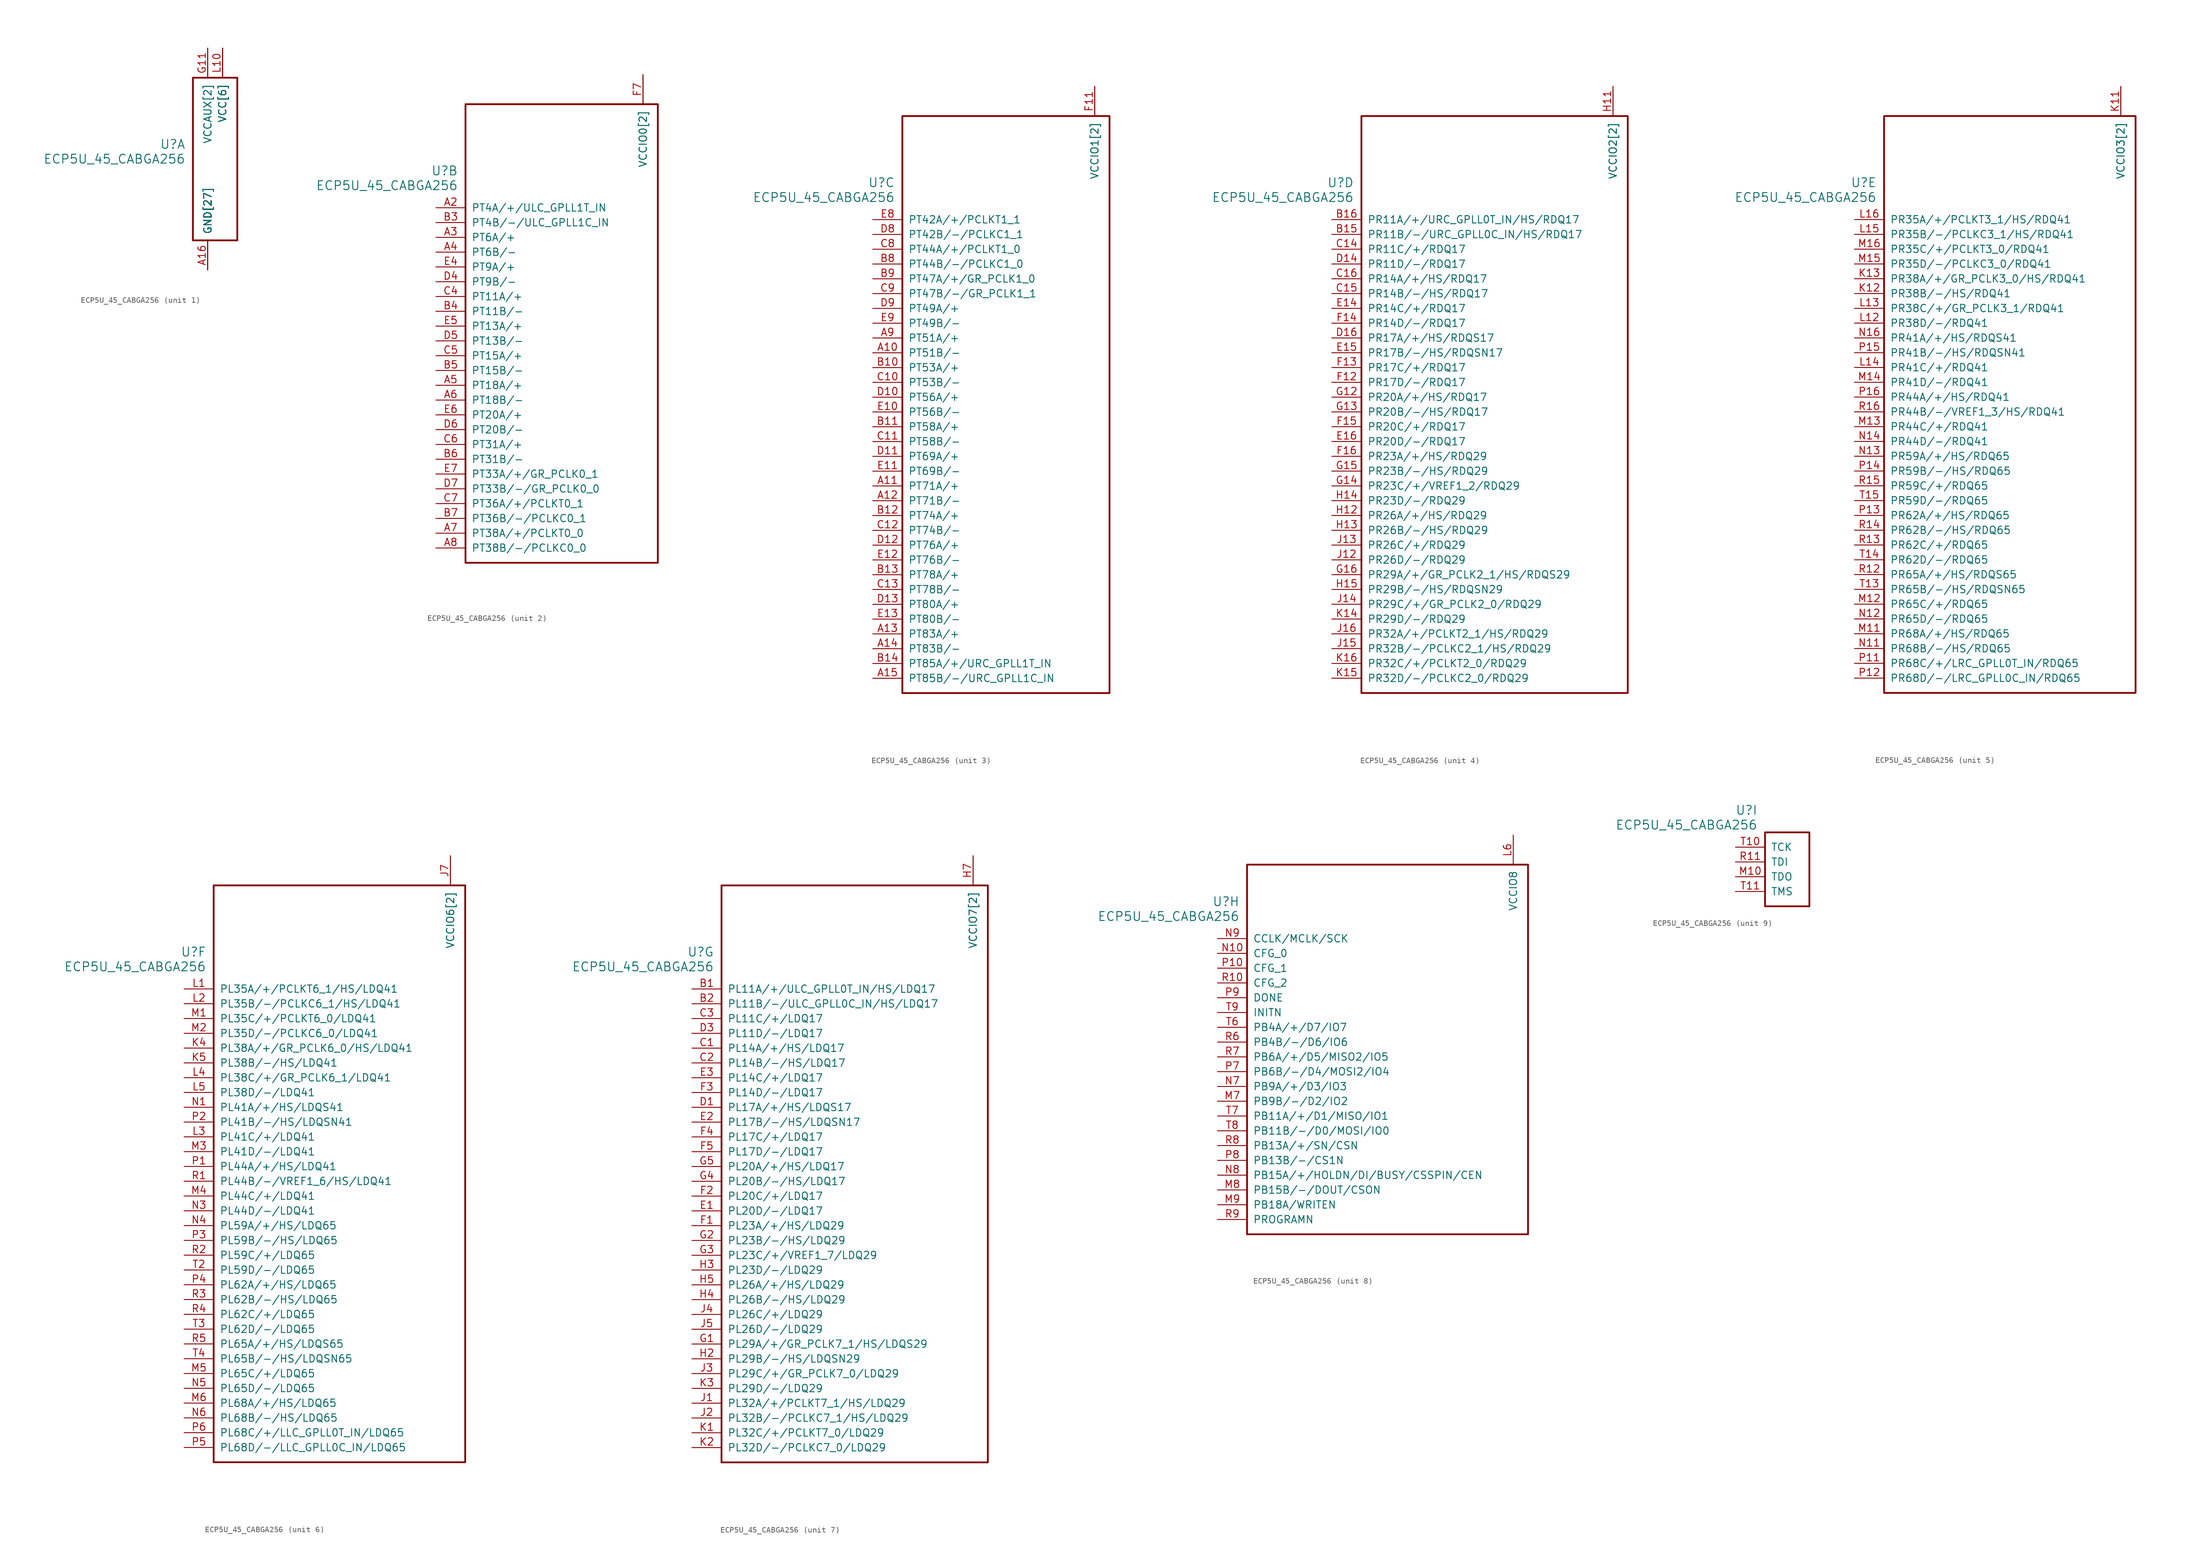
<source format=kicad_sym>
(kicad_symbol_lib
  (version 20211014)
  (generator kicad_symbol_editor)
  (symbol "ECP5U_45_CABGA256"
    (pin_names
      (offset 1.016))
    (property "Reference" "U"
      (at 3.81 6.35 0)
      (effects (font (size 1.524 1.524)) (justify right)))
    (property "Value" "ECP5U_45_CABGA256"
      (at 3.81 3.81 0)
      (effects (font (size 1.524 1.524)) (justify right)))
    (property "ki_locked" ""
      (at 0 0 0)
      (effects (font (size 1.27 1.27))))
    (symbol "ECP5U_45_CABGA256_1_1"
      (rectangle (start 5.08 17.78) (end 12.7 -10.16) (stroke (width 0.305) (type default) (color 0 0 0 0)) (fill (type none)))
      (pin power_in line (at 7.62 -15.24 90) (length 5.08) (name "GND[27]" (effects (font (size 1.27 1.27)))) (number "A1" (effects (font (size 0 0)))))
      (pin power_in line (at 7.62 -15.24 90) (length 5.08) (name "GND[27]" (effects (font (size 1.27 1.27)))) (number "A16" (effects (font (size 1.27 1.27)))))
      (pin power_in line (at 7.62 -15.24 90) (length 5.08) (name "GND[27]" (effects (font (size 1.27 1.27)))) (number "D15" (effects (font (size 0 0)))))
      (pin power_in line (at 7.62 -15.24 90) (length 5.08) (name "GND[27]" (effects (font (size 1.27 1.27)))) (number "D2" (effects (font (size 0 0)))))
      (pin power_in line (at 7.62 -15.24 90) (length 5.08) (name "GND[27]" (effects (font (size 1.27 1.27)))) (number "F8" (effects (font (size 0 0)))))
      (pin power_in line (at 7.62 -15.24 90) (length 5.08) (name "GND[27]" (effects (font (size 1.27 1.27)))) (number "F9" (effects (font (size 0 0)))))
      (pin power_in line (at 7.62 -15.24 90) (length 5.08) (name "GND[27]" (effects (font (size 1.27 1.27)))) (number "G10" (effects (font (size 0 0)))))
      (pin power_in line (at 7.62 22.86 270) (length 5.08) (name "VCCAUX[2]" (effects (font (size 1.27 1.27)))) (number "G11" (effects (font (size 1.27 1.27)))))
      (pin power_in line (at 10.16 22.86 270) (length 5.08) (name "VCC[6]" (effects (font (size 1.27 1.27)))) (number "G6" (effects (font (size 0 0)))))
      (pin power_in line (at 10.16 22.86 270) (length 5.08) (name "VCC[6]" (effects (font (size 1.27 1.27)))) (number "G7" (effects (font (size 0 0)))))
      (pin power_in line (at 7.62 -15.24 90) (length 5.08) (name "GND[27]" (effects (font (size 1.27 1.27)))) (number "G8" (effects (font (size 0 0)))))
      (pin power_in line (at 10.16 22.86 270) (length 5.08) (name "VCC[6]" (effects (font (size 1.27 1.27)))) (number "G9" (effects (font (size 0 0)))))
      (pin power_in line (at 7.62 -15.24 90) (length 5.08) (name "GND[27]" (effects (font (size 1.27 1.27)))) (number "H1" (effects (font (size 0 0)))))
      (pin power_in line (at 7.62 -15.24 90) (length 5.08) (name "GND[27]" (effects (font (size 1.27 1.27)))) (number "H10" (effects (font (size 0 0)))))
      (pin power_in line (at 7.62 -15.24 90) (length 5.08) (name "GND[27]" (effects (font (size 1.27 1.27)))) (number "H16" (effects (font (size 0 0)))))
      (pin power_in line (at 7.62 -15.24 90) (length 5.08) (name "GND[27]" (effects (font (size 1.27 1.27)))) (number "H8" (effects (font (size 0 0)))))
      (pin power_in line (at 7.62 -15.24 90) (length 5.08) (name "GND[27]" (effects (font (size 1.27 1.27)))) (number "H9" (effects (font (size 0 0)))))
      (pin power_in line (at 7.62 -15.24 90) (length 5.08) (name "GND[27]" (effects (font (size 1.27 1.27)))) (number "J10" (effects (font (size 0 0)))))
      (pin power_in line (at 7.62 -15.24 90) (length 5.08) (name "GND[27]" (effects (font (size 1.27 1.27)))) (number "J8" (effects (font (size 0 0)))))
      (pin power_in line (at 7.62 -15.24 90) (length 5.08) (name "GND[27]" (effects (font (size 1.27 1.27)))) (number "J9" (effects (font (size 0 0)))))
      (pin power_in line (at 7.62 -15.24 90) (length 5.08) (name "GND[27]" (effects (font (size 1.27 1.27)))) (number "K10" (effects (font (size 0 0)))))
      (pin power_in line (at 7.62 -15.24 90) (length 5.08) (name "GND[27]" (effects (font (size 1.27 1.27)))) (number "K6" (effects (font (size 0 0)))))
      (pin power_in line (at 7.62 -15.24 90) (length 5.08) (name "GND[27]" (effects (font (size 1.27 1.27)))) (number "K7" (effects (font (size 0 0)))))
      (pin power_in line (at 7.62 -15.24 90) (length 5.08) (name "GND[27]" (effects (font (size 1.27 1.27)))) (number "K8" (effects (font (size 0 0)))))
      (pin power_in line (at 7.62 -15.24 90) (length 5.08) (name "GND[27]" (effects (font (size 1.27 1.27)))) (number "K9" (effects (font (size 0 0)))))
      (pin power_in line (at 10.16 22.86 270) (length 5.08) (name "VCC[6]" (effects (font (size 1.27 1.27)))) (number "L10" (effects (font (size 1.27 1.27)))))
      (pin power_in line (at 7.62 22.86 270) (length 5.08) (name "VCCAUX[2]" (effects (font (size 1.27 1.27)))) (number "L7" (effects (font (size 0 0)))))
      (pin power_in line (at 10.16 22.86 270) (length 5.08) (name "VCC[6]" (effects (font (size 1.27 1.27)))) (number "L8" (effects (font (size 0 0)))))
      (pin power_in line (at 10.16 22.86 270) (length 5.08) (name "VCC[6]" (effects (font (size 1.27 1.27)))) (number "L9" (effects (font (size 0 0)))))
      (pin power_in line (at 7.62 -15.24 90) (length 5.08) (name "GND[27]" (effects (font (size 1.27 1.27)))) (number "N15" (effects (font (size 0 0)))))
      (pin power_in line (at 7.62 -15.24 90) (length 5.08) (name "GND[27]" (effects (font (size 1.27 1.27)))) (number "N2" (effects (font (size 0 0)))))
      (pin power_in line (at 7.62 -15.24 90) (length 5.08) (name "GND[27]" (effects (font (size 1.27 1.27)))) (number "T1" (effects (font (size 0 0)))))
      (pin power_in line (at 7.62 -15.24 90) (length 5.08) (name "GND[27]" (effects (font (size 1.27 1.27)))) (number "T12" (effects (font (size 0 0)))))
      (pin power_in line (at 7.62 -15.24 90) (length 5.08) (name "GND[27]" (effects (font (size 1.27 1.27)))) (number "T16" (effects (font (size 0 0)))))
      (pin power_in line (at 7.62 -15.24 90) (length 5.08) (name "GND[27]" (effects (font (size 1.27 1.27)))) (number "T5" (effects (font (size 0 0))))))
    (symbol "ECP5U_45_CABGA256_2_1"
      (rectangle (start 5.08 17.78) (end 38.1 -60.96) (stroke (width 0.305) (type default) (color 0 0 0 0)) (fill (type none)))
      (pin bidirectional line (at 0 0 0) (length 5.08) (name "PT4A/+/ULC_GPLL1T_IN" (effects (font (size 1.27 1.27)))) (number "A2" (effects (font (size 1.27 1.27)))))
      (pin bidirectional line (at 0 -5.08 0) (length 5.08) (name "PT6A/+" (effects (font (size 1.27 1.27)))) (number "A3" (effects (font (size 1.27 1.27)))))
      (pin bidirectional line (at 0 -7.62 0) (length 5.08) (name "PT6B/-" (effects (font (size 1.27 1.27)))) (number "A4" (effects (font (size 1.27 1.27)))))
      (pin bidirectional line (at 0 -30.48 0) (length 5.08) (name "PT18A/+" (effects (font (size 1.27 1.27)))) (number "A5" (effects (font (size 1.27 1.27)))))
      (pin bidirectional line (at 0 -33.02 0) (length 5.08) (name "PT18B/-" (effects (font (size 1.27 1.27)))) (number "A6" (effects (font (size 1.27 1.27)))))
      (pin bidirectional line (at 0 -55.88 0) (length 5.08) (name "PT38A/+/PCLKT0_0" (effects (font (size 1.27 1.27)))) (number "A7" (effects (font (size 1.27 1.27)))))
      (pin bidirectional line (at 0 -58.42 0) (length 5.08) (name "PT38B/-/PCLKC0_0" (effects (font (size 1.27 1.27)))) (number "A8" (effects (font (size 1.27 1.27)))))
      (pin bidirectional line (at 0 -2.54 0) (length 5.08) (name "PT4B/-/ULC_GPLL1C_IN" (effects (font (size 1.27 1.27)))) (number "B3" (effects (font (size 1.27 1.27)))))
      (pin bidirectional line (at 0 -17.78 0) (length 5.08) (name "PT11B/-" (effects (font (size 1.27 1.27)))) (number "B4" (effects (font (size 1.27 1.27)))))
      (pin bidirectional line (at 0 -27.94 0) (length 5.08) (name "PT15B/-" (effects (font (size 1.27 1.27)))) (number "B5" (effects (font (size 1.27 1.27)))))
      (pin bidirectional line (at 0 -43.18 0) (length 5.08) (name "PT31B/-" (effects (font (size 1.27 1.27)))) (number "B6" (effects (font (size 1.27 1.27)))))
      (pin bidirectional line (at 0 -53.34 0) (length 5.08) (name "PT36B/-/PCLKC0_1" (effects (font (size 1.27 1.27)))) (number "B7" (effects (font (size 1.27 1.27)))))
      (pin bidirectional line (at 0 -15.24 0) (length 5.08) (name "PT11A/+" (effects (font (size 1.27 1.27)))) (number "C4" (effects (font (size 1.27 1.27)))))
      (pin bidirectional line (at 0 -25.4 0) (length 5.08) (name "PT15A/+" (effects (font (size 1.27 1.27)))) (number "C5" (effects (font (size 1.27 1.27)))))
      (pin bidirectional line (at 0 -40.64 0) (length 5.08) (name "PT31A/+" (effects (font (size 1.27 1.27)))) (number "C6" (effects (font (size 1.27 1.27)))))
      (pin bidirectional line (at 0 -50.8 0) (length 5.08) (name "PT36A/+/PCLKT0_1" (effects (font (size 1.27 1.27)))) (number "C7" (effects (font (size 1.27 1.27)))))
      (pin bidirectional line (at 0 -12.7 0) (length 5.08) (name "PT9B/-" (effects (font (size 1.27 1.27)))) (number "D4" (effects (font (size 1.27 1.27)))))
      (pin bidirectional line (at 0 -22.86 0) (length 5.08) (name "PT13B/-" (effects (font (size 1.27 1.27)))) (number "D5" (effects (font (size 1.27 1.27)))))
      (pin bidirectional line (at 0 -38.1 0) (length 5.08) (name "PT20B/-" (effects (font (size 1.27 1.27)))) (number "D6" (effects (font (size 1.27 1.27)))))
      (pin bidirectional line (at 0 -48.26 0) (length 5.08) (name "PT33B/-/GR_PCLK0_0" (effects (font (size 1.27 1.27)))) (number "D7" (effects (font (size 1.27 1.27)))))
      (pin bidirectional line (at 0 -10.16 0) (length 5.08) (name "PT9A/+" (effects (font (size 1.27 1.27)))) (number "E4" (effects (font (size 1.27 1.27)))))
      (pin bidirectional line (at 0 -20.32 0) (length 5.08) (name "PT13A/+" (effects (font (size 1.27 1.27)))) (number "E5" (effects (font (size 1.27 1.27)))))
      (pin bidirectional line (at 0 -35.56 0) (length 5.08) (name "PT20A/+" (effects (font (size 1.27 1.27)))) (number "E6" (effects (font (size 1.27 1.27)))))
      (pin bidirectional line (at 0 -45.72 0) (length 5.08) (name "PT33A/+/GR_PCLK0_1" (effects (font (size 1.27 1.27)))) (number "E7" (effects (font (size 1.27 1.27)))))
      (pin power_in line (at 35.56 22.86 270) (length 5.08) (name "VCCIO0[2]" (effects (font (size 1.27 1.27)))) (number "F6" (effects (font (size 0 0)))))
      (pin power_in line (at 35.56 22.86 270) (length 5.08) (name "VCCIO0[2]" (effects (font (size 1.27 1.27)))) (number "F7" (effects (font (size 1.27 1.27))))))
    (symbol "ECP5U_45_CABGA256_3_1"
      (rectangle (start 5.08 17.78) (end 40.64 -81.28) (stroke (width 0.305) (type default) (color 0 0 0 0)) (fill (type none)))
      (pin bidirectional line (at 0 -22.86 0) (length 5.08) (name "PT51B/-" (effects (font (size 1.27 1.27)))) (number "A10" (effects (font (size 1.27 1.27)))))
      (pin bidirectional line (at 0 -45.72 0) (length 5.08) (name "PT71A/+" (effects (font (size 1.27 1.27)))) (number "A11" (effects (font (size 1.27 1.27)))))
      (pin bidirectional line (at 0 -48.26 0) (length 5.08) (name "PT71B/-" (effects (font (size 1.27 1.27)))) (number "A12" (effects (font (size 1.27 1.27)))))
      (pin bidirectional line (at 0 -71.12 0) (length 5.08) (name "PT83A/+" (effects (font (size 1.27 1.27)))) (number "A13" (effects (font (size 1.27 1.27)))))
      (pin bidirectional line (at 0 -73.66 0) (length 5.08) (name "PT83B/-" (effects (font (size 1.27 1.27)))) (number "A14" (effects (font (size 1.27 1.27)))))
      (pin bidirectional line (at 0 -78.74 0) (length 5.08) (name "PT85B/-/URC_GPLL1C_IN" (effects (font (size 1.27 1.27)))) (number "A15" (effects (font (size 1.27 1.27)))))
      (pin bidirectional line (at 0 -20.32 0) (length 5.08) (name "PT51A/+" (effects (font (size 1.27 1.27)))) (number "A9" (effects (font (size 1.27 1.27)))))
      (pin bidirectional line (at 0 -25.4 0) (length 5.08) (name "PT53A/+" (effects (font (size 1.27 1.27)))) (number "B10" (effects (font (size 1.27 1.27)))))
      (pin bidirectional line (at 0 -35.56 0) (length 5.08) (name "PT58A/+" (effects (font (size 1.27 1.27)))) (number "B11" (effects (font (size 1.27 1.27)))))
      (pin bidirectional line (at 0 -50.8 0) (length 5.08) (name "PT74A/+" (effects (font (size 1.27 1.27)))) (number "B12" (effects (font (size 1.27 1.27)))))
      (pin bidirectional line (at 0 -60.96 0) (length 5.08) (name "PT78A/+" (effects (font (size 1.27 1.27)))) (number "B13" (effects (font (size 1.27 1.27)))))
      (pin bidirectional line (at 0 -76.2 0) (length 5.08) (name "PT85A/+/URC_GPLL1T_IN" (effects (font (size 1.27 1.27)))) (number "B14" (effects (font (size 1.27 1.27)))))
      (pin bidirectional line (at 0 -7.62 0) (length 5.08) (name "PT44B/-/PCLKC1_0" (effects (font (size 1.27 1.27)))) (number "B8" (effects (font (size 1.27 1.27)))))
      (pin bidirectional line (at 0 -10.16 0) (length 5.08) (name "PT47A/+/GR_PCLK1_0" (effects (font (size 1.27 1.27)))) (number "B9" (effects (font (size 1.27 1.27)))))
      (pin bidirectional line (at 0 -27.94 0) (length 5.08) (name "PT53B/-" (effects (font (size 1.27 1.27)))) (number "C10" (effects (font (size 1.27 1.27)))))
      (pin bidirectional line (at 0 -38.1 0) (length 5.08) (name "PT58B/-" (effects (font (size 1.27 1.27)))) (number "C11" (effects (font (size 1.27 1.27)))))
      (pin bidirectional line (at 0 -53.34 0) (length 5.08) (name "PT74B/-" (effects (font (size 1.27 1.27)))) (number "C12" (effects (font (size 1.27 1.27)))))
      (pin bidirectional line (at 0 -63.5 0) (length 5.08) (name "PT78B/-" (effects (font (size 1.27 1.27)))) (number "C13" (effects (font (size 1.27 1.27)))))
      (pin bidirectional line (at 0 -5.08 0) (length 5.08) (name "PT44A/+/PCLKT1_0" (effects (font (size 1.27 1.27)))) (number "C8" (effects (font (size 1.27 1.27)))))
      (pin bidirectional line (at 0 -12.7 0) (length 5.08) (name "PT47B/-/GR_PCLK1_1" (effects (font (size 1.27 1.27)))) (number "C9" (effects (font (size 1.27 1.27)))))
      (pin bidirectional line (at 0 -30.48 0) (length 5.08) (name "PT56A/+" (effects (font (size 1.27 1.27)))) (number "D10" (effects (font (size 1.27 1.27)))))
      (pin bidirectional line (at 0 -40.64 0) (length 5.08) (name "PT69A/+" (effects (font (size 1.27 1.27)))) (number "D11" (effects (font (size 1.27 1.27)))))
      (pin bidirectional line (at 0 -55.88 0) (length 5.08) (name "PT76A/+" (effects (font (size 1.27 1.27)))) (number "D12" (effects (font (size 1.27 1.27)))))
      (pin bidirectional line (at 0 -66.04 0) (length 5.08) (name "PT80A/+" (effects (font (size 1.27 1.27)))) (number "D13" (effects (font (size 1.27 1.27)))))
      (pin bidirectional line (at 0 -2.54 0) (length 5.08) (name "PT42B/-/PCLKC1_1" (effects (font (size 1.27 1.27)))) (number "D8" (effects (font (size 1.27 1.27)))))
      (pin bidirectional line (at 0 -15.24 0) (length 5.08) (name "PT49A/+" (effects (font (size 1.27 1.27)))) (number "D9" (effects (font (size 1.27 1.27)))))
      (pin bidirectional line (at 0 -33.02 0) (length 5.08) (name "PT56B/-" (effects (font (size 1.27 1.27)))) (number "E10" (effects (font (size 1.27 1.27)))))
      (pin bidirectional line (at 0 -43.18 0) (length 5.08) (name "PT69B/-" (effects (font (size 1.27 1.27)))) (number "E11" (effects (font (size 1.27 1.27)))))
      (pin bidirectional line (at 0 -58.42 0) (length 5.08) (name "PT76B/-" (effects (font (size 1.27 1.27)))) (number "E12" (effects (font (size 1.27 1.27)))))
      (pin bidirectional line (at 0 -68.58 0) (length 5.08) (name "PT80B/-" (effects (font (size 1.27 1.27)))) (number "E13" (effects (font (size 1.27 1.27)))))
      (pin bidirectional line (at 0 0 0) (length 5.08) (name "PT42A/+/PCLKT1_1" (effects (font (size 1.27 1.27)))) (number "E8" (effects (font (size 1.27 1.27)))))
      (pin bidirectional line (at 0 -17.78 0) (length 5.08) (name "PT49B/-" (effects (font (size 1.27 1.27)))) (number "E9" (effects (font (size 1.27 1.27)))))
      (pin power_in line (at 38.1 22.86 270) (length 5.08) (name "VCCIO1[2]" (effects (font (size 1.27 1.27)))) (number "F10" (effects (font (size 0 0)))))
      (pin power_in line (at 38.1 22.86 270) (length 5.08) (name "VCCIO1[2]" (effects (font (size 1.27 1.27)))) (number "F11" (effects (font (size 1.27 1.27))))))
    (symbol "ECP5U_45_CABGA256_4_1"
      (rectangle (start 5.08 17.78) (end 50.8 -81.28) (stroke (width 0.305) (type default) (color 0 0 0 0)) (fill (type none)))
      (pin bidirectional line (at 0 -2.54 0) (length 5.08) (name "PR11B/-/URC_GPLL0C_IN/HS/RDQ17" (effects (font (size 1.27 1.27)))) (number "B15" (effects (font (size 1.27 1.27)))))
      (pin bidirectional line (at 0 0 0) (length 5.08) (name "PR11A/+/URC_GPLL0T_IN/HS/RDQ17" (effects (font (size 1.27 1.27)))) (number "B16" (effects (font (size 1.27 1.27)))))
      (pin bidirectional line (at 0 -5.08 0) (length 5.08) (name "PR11C/+/RDQ17" (effects (font (size 1.27 1.27)))) (number "C14" (effects (font (size 1.27 1.27)))))
      (pin bidirectional line (at 0 -12.7 0) (length 5.08) (name "PR14B/-/HS/RDQ17" (effects (font (size 1.27 1.27)))) (number "C15" (effects (font (size 1.27 1.27)))))
      (pin bidirectional line (at 0 -10.16 0) (length 5.08) (name "PR14A/+/HS/RDQ17" (effects (font (size 1.27 1.27)))) (number "C16" (effects (font (size 1.27 1.27)))))
      (pin bidirectional line (at 0 -7.62 0) (length 5.08) (name "PR11D/-/RDQ17" (effects (font (size 1.27 1.27)))) (number "D14" (effects (font (size 1.27 1.27)))))
      (pin bidirectional line (at 0 -20.32 0) (length 5.08) (name "PR17A/+/HS/RDQS17" (effects (font (size 1.27 1.27)))) (number "D16" (effects (font (size 1.27 1.27)))))
      (pin bidirectional line (at 0 -15.24 0) (length 5.08) (name "PR14C/+/RDQ17" (effects (font (size 1.27 1.27)))) (number "E14" (effects (font (size 1.27 1.27)))))
      (pin bidirectional line (at 0 -22.86 0) (length 5.08) (name "PR17B/-/HS/RDQSN17" (effects (font (size 1.27 1.27)))) (number "E15" (effects (font (size 1.27 1.27)))))
      (pin bidirectional line (at 0 -38.1 0) (length 5.08) (name "PR20D/-/RDQ17" (effects (font (size 1.27 1.27)))) (number "E16" (effects (font (size 1.27 1.27)))))
      (pin bidirectional line (at 0 -27.94 0) (length 5.08) (name "PR17D/-/RDQ17" (effects (font (size 1.27 1.27)))) (number "F12" (effects (font (size 1.27 1.27)))))
      (pin bidirectional line (at 0 -25.4 0) (length 5.08) (name "PR17C/+/RDQ17" (effects (font (size 1.27 1.27)))) (number "F13" (effects (font (size 1.27 1.27)))))
      (pin bidirectional line (at 0 -17.78 0) (length 5.08) (name "PR14D/-/RDQ17" (effects (font (size 1.27 1.27)))) (number "F14" (effects (font (size 1.27 1.27)))))
      (pin bidirectional line (at 0 -35.56 0) (length 5.08) (name "PR20C/+/RDQ17" (effects (font (size 1.27 1.27)))) (number "F15" (effects (font (size 1.27 1.27)))))
      (pin bidirectional line (at 0 -40.64 0) (length 5.08) (name "PR23A/+/HS/RDQ29" (effects (font (size 1.27 1.27)))) (number "F16" (effects (font (size 1.27 1.27)))))
      (pin bidirectional line (at 0 -30.48 0) (length 5.08) (name "PR20A/+/HS/RDQ17" (effects (font (size 1.27 1.27)))) (number "G12" (effects (font (size 1.27 1.27)))))
      (pin bidirectional line (at 0 -33.02 0) (length 5.08) (name "PR20B/-/HS/RDQ17" (effects (font (size 1.27 1.27)))) (number "G13" (effects (font (size 1.27 1.27)))))
      (pin bidirectional line (at 0 -45.72 0) (length 5.08) (name "PR23C/+/VREF1_2/RDQ29" (effects (font (size 1.27 1.27)))) (number "G14" (effects (font (size 1.27 1.27)))))
      (pin bidirectional line (at 0 -43.18 0) (length 5.08) (name "PR23B/-/HS/RDQ29" (effects (font (size 1.27 1.27)))) (number "G15" (effects (font (size 1.27 1.27)))))
      (pin bidirectional line (at 0 -60.96 0) (length 5.08) (name "PR29A/+/GR_PCLK2_1/HS/RDQS29" (effects (font (size 1.27 1.27)))) (number "G16" (effects (font (size 1.27 1.27)))))
      (pin power_in line (at 48.26 22.86 270) (length 5.08) (name "VCCIO2[2]" (effects (font (size 1.27 1.27)))) (number "H11" (effects (font (size 1.27 1.27)))))
      (pin bidirectional line (at 0 -50.8 0) (length 5.08) (name "PR26A/+/HS/RDQ29" (effects (font (size 1.27 1.27)))) (number "H12" (effects (font (size 1.27 1.27)))))
      (pin bidirectional line (at 0 -53.34 0) (length 5.08) (name "PR26B/-/HS/RDQ29" (effects (font (size 1.27 1.27)))) (number "H13" (effects (font (size 1.27 1.27)))))
      (pin bidirectional line (at 0 -48.26 0) (length 5.08) (name "PR23D/-/RDQ29" (effects (font (size 1.27 1.27)))) (number "H14" (effects (font (size 1.27 1.27)))))
      (pin bidirectional line (at 0 -63.5 0) (length 5.08) (name "PR29B/-/HS/RDQSN29" (effects (font (size 1.27 1.27)))) (number "H15" (effects (font (size 1.27 1.27)))))
      (pin power_in line (at 48.26 22.86 270) (length 5.08) (name "VCCIO2[2]" (effects (font (size 1.27 1.27)))) (number "J11" (effects (font (size 0 0)))))
      (pin bidirectional line (at 0 -58.42 0) (length 5.08) (name "PR26D/-/RDQ29" (effects (font (size 1.27 1.27)))) (number "J12" (effects (font (size 1.27 1.27)))))
      (pin bidirectional line (at 0 -55.88 0) (length 5.08) (name "PR26C/+/RDQ29" (effects (font (size 1.27 1.27)))) (number "J13" (effects (font (size 1.27 1.27)))))
      (pin bidirectional line (at 0 -66.04 0) (length 5.08) (name "PR29C/+/GR_PCLK2_0/RDQ29" (effects (font (size 1.27 1.27)))) (number "J14" (effects (font (size 1.27 1.27)))))
      (pin bidirectional line (at 0 -73.66 0) (length 5.08) (name "PR32B/-/PCLKC2_1/HS/RDQ29" (effects (font (size 1.27 1.27)))) (number "J15" (effects (font (size 1.27 1.27)))))
      (pin bidirectional line (at 0 -71.12 0) (length 5.08) (name "PR32A/+/PCLKT2_1/HS/RDQ29" (effects (font (size 1.27 1.27)))) (number "J16" (effects (font (size 1.27 1.27)))))
      (pin bidirectional line (at 0 -68.58 0) (length 5.08) (name "PR29D/-/RDQ29" (effects (font (size 1.27 1.27)))) (number "K14" (effects (font (size 1.27 1.27)))))
      (pin bidirectional line (at 0 -78.74 0) (length 5.08) (name "PR32D/-/PCLKC2_0/RDQ29" (effects (font (size 1.27 1.27)))) (number "K15" (effects (font (size 1.27 1.27)))))
      (pin bidirectional line (at 0 -76.2 0) (length 5.08) (name "PR32C/+/PCLKT2_0/RDQ29" (effects (font (size 1.27 1.27)))) (number "K16" (effects (font (size 1.27 1.27))))))
    (symbol "ECP5U_45_CABGA256_5_1"
      (rectangle (start 5.08 17.78) (end 48.26 -81.28) (stroke (width 0.305) (type default) (color 0 0 0 0)) (fill (type none)))
      (pin power_in line (at 45.72 22.86 270) (length 5.08) (name "VCCIO3[2]" (effects (font (size 1.27 1.27)))) (number "K11" (effects (font (size 1.27 1.27)))))
      (pin bidirectional line (at 0 -12.7 0) (length 5.08) (name "PR38B/-/HS/RDQ41" (effects (font (size 1.27 1.27)))) (number "K12" (effects (font (size 1.27 1.27)))))
      (pin bidirectional line (at 0 -10.16 0) (length 5.08) (name "PR38A/+/GR_PCLK3_0/HS/RDQ41" (effects (font (size 1.27 1.27)))) (number "K13" (effects (font (size 1.27 1.27)))))
      (pin power_in line (at 45.72 22.86 270) (length 5.08) (name "VCCIO3[2]" (effects (font (size 1.27 1.27)))) (number "L11" (effects (font (size 0 0)))))
      (pin bidirectional line (at 0 -17.78 0) (length 5.08) (name "PR38D/-/RDQ41" (effects (font (size 1.27 1.27)))) (number "L12" (effects (font (size 1.27 1.27)))))
      (pin bidirectional line (at 0 -15.24 0) (length 5.08) (name "PR38C/+/GR_PCLK3_1/RDQ41" (effects (font (size 1.27 1.27)))) (number "L13" (effects (font (size 1.27 1.27)))))
      (pin bidirectional line (at 0 -25.4 0) (length 5.08) (name "PR41C/+/RDQ41" (effects (font (size 1.27 1.27)))) (number "L14" (effects (font (size 1.27 1.27)))))
      (pin bidirectional line (at 0 -2.54 0) (length 5.08) (name "PR35B/-/PCLKC3_1/HS/RDQ41" (effects (font (size 1.27 1.27)))) (number "L15" (effects (font (size 1.27 1.27)))))
      (pin bidirectional line (at 0 0 0) (length 5.08) (name "PR35A/+/PCLKT3_1/HS/RDQ41" (effects (font (size 1.27 1.27)))) (number "L16" (effects (font (size 1.27 1.27)))))
      (pin bidirectional line (at 0 -71.12 0) (length 5.08) (name "PR68A/+/HS/RDQ65" (effects (font (size 1.27 1.27)))) (number "M11" (effects (font (size 1.27 1.27)))))
      (pin bidirectional line (at 0 -66.04 0) (length 5.08) (name "PR65C/+/RDQ65" (effects (font (size 1.27 1.27)))) (number "M12" (effects (font (size 1.27 1.27)))))
      (pin bidirectional line (at 0 -35.56 0) (length 5.08) (name "PR44C/+/RDQ41" (effects (font (size 1.27 1.27)))) (number "M13" (effects (font (size 1.27 1.27)))))
      (pin bidirectional line (at 0 -27.94 0) (length 5.08) (name "PR41D/-/RDQ41" (effects (font (size 1.27 1.27)))) (number "M14" (effects (font (size 1.27 1.27)))))
      (pin bidirectional line (at 0 -7.62 0) (length 5.08) (name "PR35D/-/PCLKC3_0/RDQ41" (effects (font (size 1.27 1.27)))) (number "M15" (effects (font (size 1.27 1.27)))))
      (pin bidirectional line (at 0 -5.08 0) (length 5.08) (name "PR35C/+/PCLKT3_0/RDQ41" (effects (font (size 1.27 1.27)))) (number "M16" (effects (font (size 1.27 1.27)))))
      (pin bidirectional line (at 0 -73.66 0) (length 5.08) (name "PR68B/-/HS/RDQ65" (effects (font (size 1.27 1.27)))) (number "N11" (effects (font (size 1.27 1.27)))))
      (pin bidirectional line (at 0 -68.58 0) (length 5.08) (name "PR65D/-/RDQ65" (effects (font (size 1.27 1.27)))) (number "N12" (effects (font (size 1.27 1.27)))))
      (pin bidirectional line (at 0 -40.64 0) (length 5.08) (name "PR59A/+/HS/RDQ65" (effects (font (size 1.27 1.27)))) (number "N13" (effects (font (size 1.27 1.27)))))
      (pin bidirectional line (at 0 -38.1 0) (length 5.08) (name "PR44D/-/RDQ41" (effects (font (size 1.27 1.27)))) (number "N14" (effects (font (size 1.27 1.27)))))
      (pin bidirectional line (at 0 -20.32 0) (length 5.08) (name "PR41A/+/HS/RDQS41" (effects (font (size 1.27 1.27)))) (number "N16" (effects (font (size 1.27 1.27)))))
      (pin bidirectional line (at 0 -76.2 0) (length 5.08) (name "PR68C/+/LRC_GPLL0T_IN/RDQ65" (effects (font (size 1.27 1.27)))) (number "P11" (effects (font (size 1.27 1.27)))))
      (pin bidirectional line (at 0 -78.74 0) (length 5.08) (name "PR68D/-/LRC_GPLL0C_IN/RDQ65" (effects (font (size 1.27 1.27)))) (number "P12" (effects (font (size 1.27 1.27)))))
      (pin bidirectional line (at 0 -50.8 0) (length 5.08) (name "PR62A/+/HS/RDQ65" (effects (font (size 1.27 1.27)))) (number "P13" (effects (font (size 1.27 1.27)))))
      (pin bidirectional line (at 0 -43.18 0) (length 5.08) (name "PR59B/-/HS/RDQ65" (effects (font (size 1.27 1.27)))) (number "P14" (effects (font (size 1.27 1.27)))))
      (pin bidirectional line (at 0 -22.86 0) (length 5.08) (name "PR41B/-/HS/RDQSN41" (effects (font (size 1.27 1.27)))) (number "P15" (effects (font (size 1.27 1.27)))))
      (pin bidirectional line (at 0 -30.48 0) (length 5.08) (name "PR44A/+/HS/RDQ41" (effects (font (size 1.27 1.27)))) (number "P16" (effects (font (size 1.27 1.27)))))
      (pin bidirectional line (at 0 -60.96 0) (length 5.08) (name "PR65A/+/HS/RDQS65" (effects (font (size 1.27 1.27)))) (number "R12" (effects (font (size 1.27 1.27)))))
      (pin bidirectional line (at 0 -55.88 0) (length 5.08) (name "PR62C/+/RDQ65" (effects (font (size 1.27 1.27)))) (number "R13" (effects (font (size 1.27 1.27)))))
      (pin bidirectional line (at 0 -53.34 0) (length 5.08) (name "PR62B/-/HS/RDQ65" (effects (font (size 1.27 1.27)))) (number "R14" (effects (font (size 1.27 1.27)))))
      (pin bidirectional line (at 0 -45.72 0) (length 5.08) (name "PR59C/+/RDQ65" (effects (font (size 1.27 1.27)))) (number "R15" (effects (font (size 1.27 1.27)))))
      (pin bidirectional line (at 0 -33.02 0) (length 5.08) (name "PR44B/-/VREF1_3/HS/RDQ41" (effects (font (size 1.27 1.27)))) (number "R16" (effects (font (size 1.27 1.27)))))
      (pin bidirectional line (at 0 -63.5 0) (length 5.08) (name "PR65B/-/HS/RDQSN65" (effects (font (size 1.27 1.27)))) (number "T13" (effects (font (size 1.27 1.27)))))
      (pin bidirectional line (at 0 -58.42 0) (length 5.08) (name "PR62D/-/RDQ65" (effects (font (size 1.27 1.27)))) (number "T14" (effects (font (size 1.27 1.27)))))
      (pin bidirectional line (at 0 -48.26 0) (length 5.08) (name "PR59D/-/RDQ65" (effects (font (size 1.27 1.27)))) (number "T15" (effects (font (size 1.27 1.27))))))
    (symbol "ECP5U_45_CABGA256_6_1"
      (rectangle (start 5.08 17.78) (end 48.26 -81.28) (stroke (width 0.305) (type default) (color 0 0 0 0)) (fill (type none)))
      (pin power_in line (at 45.72 22.86 270) (length 5.08) (name "VCCIO6[2]" (effects (font (size 1.27 1.27)))) (number "J6" (effects (font (size 0 0)))))
      (pin power_in line (at 45.72 22.86 270) (length 5.08) (name "VCCIO6[2]" (effects (font (size 1.27 1.27)))) (number "J7" (effects (font (size 1.27 1.27)))))
      (pin bidirectional line (at 0 -10.16 0) (length 5.08) (name "PL38A/+/GR_PCLK6_0/HS/LDQ41" (effects (font (size 1.27 1.27)))) (number "K4" (effects (font (size 1.27 1.27)))))
      (pin bidirectional line (at 0 -12.7 0) (length 5.08) (name "PL38B/-/HS/LDQ41" (effects (font (size 1.27 1.27)))) (number "K5" (effects (font (size 1.27 1.27)))))
      (pin bidirectional line (at 0 0 0) (length 5.08) (name "PL35A/+/PCLKT6_1/HS/LDQ41" (effects (font (size 1.27 1.27)))) (number "L1" (effects (font (size 1.27 1.27)))))
      (pin bidirectional line (at 0 -2.54 0) (length 5.08) (name "PL35B/-/PCLKC6_1/HS/LDQ41" (effects (font (size 1.27 1.27)))) (number "L2" (effects (font (size 1.27 1.27)))))
      (pin bidirectional line (at 0 -25.4 0) (length 5.08) (name "PL41C/+/LDQ41" (effects (font (size 1.27 1.27)))) (number "L3" (effects (font (size 1.27 1.27)))))
      (pin bidirectional line (at 0 -15.24 0) (length 5.08) (name "PL38C/+/GR_PCLK6_1/LDQ41" (effects (font (size 1.27 1.27)))) (number "L4" (effects (font (size 1.27 1.27)))))
      (pin bidirectional line (at 0 -17.78 0) (length 5.08) (name "PL38D/-/LDQ41" (effects (font (size 1.27 1.27)))) (number "L5" (effects (font (size 1.27 1.27)))))
      (pin bidirectional line (at 0 -5.08 0) (length 5.08) (name "PL35C/+/PCLKT6_0/LDQ41" (effects (font (size 1.27 1.27)))) (number "M1" (effects (font (size 1.27 1.27)))))
      (pin bidirectional line (at 0 -7.62 0) (length 5.08) (name "PL35D/-/PCLKC6_0/LDQ41" (effects (font (size 1.27 1.27)))) (number "M2" (effects (font (size 1.27 1.27)))))
      (pin bidirectional line (at 0 -27.94 0) (length 5.08) (name "PL41D/-/LDQ41" (effects (font (size 1.27 1.27)))) (number "M3" (effects (font (size 1.27 1.27)))))
      (pin bidirectional line (at 0 -35.56 0) (length 5.08) (name "PL44C/+/LDQ41" (effects (font (size 1.27 1.27)))) (number "M4" (effects (font (size 1.27 1.27)))))
      (pin bidirectional line (at 0 -66.04 0) (length 5.08) (name "PL65C/+/LDQ65" (effects (font (size 1.27 1.27)))) (number "M5" (effects (font (size 1.27 1.27)))))
      (pin bidirectional line (at 0 -71.12 0) (length 5.08) (name "PL68A/+/HS/LDQ65" (effects (font (size 1.27 1.27)))) (number "M6" (effects (font (size 1.27 1.27)))))
      (pin bidirectional line (at 0 -20.32 0) (length 5.08) (name "PL41A/+/HS/LDQS41" (effects (font (size 1.27 1.27)))) (number "N1" (effects (font (size 1.27 1.27)))))
      (pin bidirectional line (at 0 -38.1 0) (length 5.08) (name "PL44D/-/LDQ41" (effects (font (size 1.27 1.27)))) (number "N3" (effects (font (size 1.27 1.27)))))
      (pin bidirectional line (at 0 -40.64 0) (length 5.08) (name "PL59A/+/HS/LDQ65" (effects (font (size 1.27 1.27)))) (number "N4" (effects (font (size 1.27 1.27)))))
      (pin bidirectional line (at 0 -68.58 0) (length 5.08) (name "PL65D/-/LDQ65" (effects (font (size 1.27 1.27)))) (number "N5" (effects (font (size 1.27 1.27)))))
      (pin bidirectional line (at 0 -73.66 0) (length 5.08) (name "PL68B/-/HS/LDQ65" (effects (font (size 1.27 1.27)))) (number "N6" (effects (font (size 1.27 1.27)))))
      (pin bidirectional line (at 0 -30.48 0) (length 5.08) (name "PL44A/+/HS/LDQ41" (effects (font (size 1.27 1.27)))) (number "P1" (effects (font (size 1.27 1.27)))))
      (pin bidirectional line (at 0 -22.86 0) (length 5.08) (name "PL41B/-/HS/LDQSN41" (effects (font (size 1.27 1.27)))) (number "P2" (effects (font (size 1.27 1.27)))))
      (pin bidirectional line (at 0 -43.18 0) (length 5.08) (name "PL59B/-/HS/LDQ65" (effects (font (size 1.27 1.27)))) (number "P3" (effects (font (size 1.27 1.27)))))
      (pin bidirectional line (at 0 -50.8 0) (length 5.08) (name "PL62A/+/HS/LDQ65" (effects (font (size 1.27 1.27)))) (number "P4" (effects (font (size 1.27 1.27)))))
      (pin bidirectional line (at 0 -78.74 0) (length 5.08) (name "PL68D/-/LLC_GPLL0C_IN/LDQ65" (effects (font (size 1.27 1.27)))) (number "P5" (effects (font (size 1.27 1.27)))))
      (pin bidirectional line (at 0 -76.2 0) (length 5.08) (name "PL68C/+/LLC_GPLL0T_IN/LDQ65" (effects (font (size 1.27 1.27)))) (number "P6" (effects (font (size 1.27 1.27)))))
      (pin bidirectional line (at 0 -33.02 0) (length 5.08) (name "PL44B/-/VREF1_6/HS/LDQ41" (effects (font (size 1.27 1.27)))) (number "R1" (effects (font (size 1.27 1.27)))))
      (pin bidirectional line (at 0 -45.72 0) (length 5.08) (name "PL59C/+/LDQ65" (effects (font (size 1.27 1.27)))) (number "R2" (effects (font (size 1.27 1.27)))))
      (pin bidirectional line (at 0 -53.34 0) (length 5.08) (name "PL62B/-/HS/LDQ65" (effects (font (size 1.27 1.27)))) (number "R3" (effects (font (size 1.27 1.27)))))
      (pin bidirectional line (at 0 -55.88 0) (length 5.08) (name "PL62C/+/LDQ65" (effects (font (size 1.27 1.27)))) (number "R4" (effects (font (size 1.27 1.27)))))
      (pin bidirectional line (at 0 -60.96 0) (length 5.08) (name "PL65A/+/HS/LDQS65" (effects (font (size 1.27 1.27)))) (number "R5" (effects (font (size 1.27 1.27)))))
      (pin bidirectional line (at 0 -48.26 0) (length 5.08) (name "PL59D/-/LDQ65" (effects (font (size 1.27 1.27)))) (number "T2" (effects (font (size 1.27 1.27)))))
      (pin bidirectional line (at 0 -58.42 0) (length 5.08) (name "PL62D/-/LDQ65" (effects (font (size 1.27 1.27)))) (number "T3" (effects (font (size 1.27 1.27)))))
      (pin bidirectional line (at 0 -63.5 0) (length 5.08) (name "PL65B/-/HS/LDQSN65" (effects (font (size 1.27 1.27)))) (number "T4" (effects (font (size 1.27 1.27))))))
    (symbol "ECP5U_45_CABGA256_7_1"
      (rectangle (start 5.08 17.78) (end 50.8 -81.28) (stroke (width 0.305) (type default) (color 0 0 0 0)) (fill (type none)))
      (pin bidirectional line (at 0 0 0) (length 5.08) (name "PL11A/+/ULC_GPLL0T_IN/HS/LDQ17" (effects (font (size 1.27 1.27)))) (number "B1" (effects (font (size 1.27 1.27)))))
      (pin bidirectional line (at 0 -2.54 0) (length 5.08) (name "PL11B/-/ULC_GPLL0C_IN/HS/LDQ17" (effects (font (size 1.27 1.27)))) (number "B2" (effects (font (size 1.27 1.27)))))
      (pin bidirectional line (at 0 -10.16 0) (length 5.08) (name "PL14A/+/HS/LDQ17" (effects (font (size 1.27 1.27)))) (number "C1" (effects (font (size 1.27 1.27)))))
      (pin bidirectional line (at 0 -12.7 0) (length 5.08) (name "PL14B/-/HS/LDQ17" (effects (font (size 1.27 1.27)))) (number "C2" (effects (font (size 1.27 1.27)))))
      (pin bidirectional line (at 0 -5.08 0) (length 5.08) (name "PL11C/+/LDQ17" (effects (font (size 1.27 1.27)))) (number "C3" (effects (font (size 1.27 1.27)))))
      (pin bidirectional line (at 0 -20.32 0) (length 5.08) (name "PL17A/+/HS/LDQS17" (effects (font (size 1.27 1.27)))) (number "D1" (effects (font (size 1.27 1.27)))))
      (pin bidirectional line (at 0 -7.62 0) (length 5.08) (name "PL11D/-/LDQ17" (effects (font (size 1.27 1.27)))) (number "D3" (effects (font (size 1.27 1.27)))))
      (pin bidirectional line (at 0 -38.1 0) (length 5.08) (name "PL20D/-/LDQ17" (effects (font (size 1.27 1.27)))) (number "E1" (effects (font (size 1.27 1.27)))))
      (pin bidirectional line (at 0 -22.86 0) (length 5.08) (name "PL17B/-/HS/LDQSN17" (effects (font (size 1.27 1.27)))) (number "E2" (effects (font (size 1.27 1.27)))))
      (pin bidirectional line (at 0 -15.24 0) (length 5.08) (name "PL14C/+/LDQ17" (effects (font (size 1.27 1.27)))) (number "E3" (effects (font (size 1.27 1.27)))))
      (pin bidirectional line (at 0 -40.64 0) (length 5.08) (name "PL23A/+/HS/LDQ29" (effects (font (size 1.27 1.27)))) (number "F1" (effects (font (size 1.27 1.27)))))
      (pin bidirectional line (at 0 -35.56 0) (length 5.08) (name "PL20C/+/LDQ17" (effects (font (size 1.27 1.27)))) (number "F2" (effects (font (size 1.27 1.27)))))
      (pin bidirectional line (at 0 -17.78 0) (length 5.08) (name "PL14D/-/LDQ17" (effects (font (size 1.27 1.27)))) (number "F3" (effects (font (size 1.27 1.27)))))
      (pin bidirectional line (at 0 -25.4 0) (length 5.08) (name "PL17C/+/LDQ17" (effects (font (size 1.27 1.27)))) (number "F4" (effects (font (size 1.27 1.27)))))
      (pin bidirectional line (at 0 -27.94 0) (length 5.08) (name "PL17D/-/LDQ17" (effects (font (size 1.27 1.27)))) (number "F5" (effects (font (size 1.27 1.27)))))
      (pin bidirectional line (at 0 -60.96 0) (length 5.08) (name "PL29A/+/GR_PCLK7_1/HS/LDQS29" (effects (font (size 1.27 1.27)))) (number "G1" (effects (font (size 1.27 1.27)))))
      (pin bidirectional line (at 0 -43.18 0) (length 5.08) (name "PL23B/-/HS/LDQ29" (effects (font (size 1.27 1.27)))) (number "G2" (effects (font (size 1.27 1.27)))))
      (pin bidirectional line (at 0 -45.72 0) (length 5.08) (name "PL23C/+/VREF1_7/LDQ29" (effects (font (size 1.27 1.27)))) (number "G3" (effects (font (size 1.27 1.27)))))
      (pin bidirectional line (at 0 -33.02 0) (length 5.08) (name "PL20B/-/HS/LDQ17" (effects (font (size 1.27 1.27)))) (number "G4" (effects (font (size 1.27 1.27)))))
      (pin bidirectional line (at 0 -30.48 0) (length 5.08) (name "PL20A/+/HS/LDQ17" (effects (font (size 1.27 1.27)))) (number "G5" (effects (font (size 1.27 1.27)))))
      (pin bidirectional line (at 0 -63.5 0) (length 5.08) (name "PL29B/-/HS/LDQSN29" (effects (font (size 1.27 1.27)))) (number "H2" (effects (font (size 1.27 1.27)))))
      (pin bidirectional line (at 0 -48.26 0) (length 5.08) (name "PL23D/-/LDQ29" (effects (font (size 1.27 1.27)))) (number "H3" (effects (font (size 1.27 1.27)))))
      (pin bidirectional line (at 0 -53.34 0) (length 5.08) (name "PL26B/-/HS/LDQ29" (effects (font (size 1.27 1.27)))) (number "H4" (effects (font (size 1.27 1.27)))))
      (pin bidirectional line (at 0 -50.8 0) (length 5.08) (name "PL26A/+/HS/LDQ29" (effects (font (size 1.27 1.27)))) (number "H5" (effects (font (size 1.27 1.27)))))
      (pin power_in line (at 48.26 22.86 270) (length 5.08) (name "VCCIO7[2]" (effects (font (size 1.27 1.27)))) (number "H6" (effects (font (size 0 0)))))
      (pin power_in line (at 48.26 22.86 270) (length 5.08) (name "VCCIO7[2]" (effects (font (size 1.27 1.27)))) (number "H7" (effects (font (size 1.27 1.27)))))
      (pin bidirectional line (at 0 -71.12 0) (length 5.08) (name "PL32A/+/PCLKT7_1/HS/LDQ29" (effects (font (size 1.27 1.27)))) (number "J1" (effects (font (size 1.27 1.27)))))
      (pin bidirectional line (at 0 -73.66 0) (length 5.08) (name "PL32B/-/PCLKC7_1/HS/LDQ29" (effects (font (size 1.27 1.27)))) (number "J2" (effects (font (size 1.27 1.27)))))
      (pin bidirectional line (at 0 -66.04 0) (length 5.08) (name "PL29C/+/GR_PCLK7_0/LDQ29" (effects (font (size 1.27 1.27)))) (number "J3" (effects (font (size 1.27 1.27)))))
      (pin bidirectional line (at 0 -55.88 0) (length 5.08) (name "PL26C/+/LDQ29" (effects (font (size 1.27 1.27)))) (number "J4" (effects (font (size 1.27 1.27)))))
      (pin bidirectional line (at 0 -58.42 0) (length 5.08) (name "PL26D/-/LDQ29" (effects (font (size 1.27 1.27)))) (number "J5" (effects (font (size 1.27 1.27)))))
      (pin bidirectional line (at 0 -76.2 0) (length 5.08) (name "PL32C/+/PCLKT7_0/LDQ29" (effects (font (size 1.27 1.27)))) (number "K1" (effects (font (size 1.27 1.27)))))
      (pin bidirectional line (at 0 -78.74 0) (length 5.08) (name "PL32D/-/PCLKC7_0/LDQ29" (effects (font (size 1.27 1.27)))) (number "K2" (effects (font (size 1.27 1.27)))))
      (pin bidirectional line (at 0 -68.58 0) (length 5.08) (name "PL29D/-/LDQ29" (effects (font (size 1.27 1.27)))) (number "K3" (effects (font (size 1.27 1.27))))))
    (symbol "ECP5U_45_CABGA256_8_1"
      (rectangle (start 5.08 12.7) (end 53.34 -50.8) (stroke (width 0.305) (type default) (color 0 0 0 0)) (fill (type none)))
      (pin power_in line (at 50.8 17.78 270) (length 5.08) (name "VCCIO8" (effects (font (size 1.27 1.27)))) (number "L6" (effects (font (size 1.27 1.27)))))
      (pin bidirectional line (at 0 -27.94 0) (length 5.08) (name "PB9B/-/D2/IO2" (effects (font (size 1.27 1.27)))) (number "M7" (effects (font (size 1.27 1.27)))))
      (pin bidirectional line (at 0 -43.18 0) (length 5.08) (name "PB15B/-/DOUT/CSON" (effects (font (size 1.27 1.27)))) (number "M8" (effects (font (size 1.27 1.27)))))
      (pin bidirectional line (at 0 -45.72 0) (length 5.08) (name "PB18A/WRITEN" (effects (font (size 1.27 1.27)))) (number "M9" (effects (font (size 1.27 1.27)))))
      (pin bidirectional line (at 0 -2.54 0) (length 5.08) (name "CFG_0" (effects (font (size 1.27 1.27)))) (number "N10" (effects (font (size 1.27 1.27)))))
      (pin bidirectional line (at 0 -25.4 0) (length 5.08) (name "PB9A/+/D3/IO3" (effects (font (size 1.27 1.27)))) (number "N7" (effects (font (size 1.27 1.27)))))
      (pin bidirectional line (at 0 -40.64 0) (length 5.08) (name "PB15A/+/HOLDN/DI/BUSY/CSSPIN/CEN" (effects (font (size 1.27 1.27)))) (number "N8" (effects (font (size 1.27 1.27)))))
      (pin bidirectional line (at 0 0 0) (length 5.08) (name "CCLK/MCLK/SCK" (effects (font (size 1.27 1.27)))) (number "N9" (effects (font (size 1.27 1.27)))))
      (pin bidirectional line (at 0 -5.08 0) (length 5.08) (name "CFG_1" (effects (font (size 1.27 1.27)))) (number "P10" (effects (font (size 1.27 1.27)))))
      (pin bidirectional line (at 0 -22.86 0) (length 5.08) (name "PB6B/-/D4/MOSI2/IO4" (effects (font (size 1.27 1.27)))) (number "P7" (effects (font (size 1.27 1.27)))))
      (pin bidirectional line (at 0 -38.1 0) (length 5.08) (name "PB13B/-/CS1N" (effects (font (size 1.27 1.27)))) (number "P8" (effects (font (size 1.27 1.27)))))
      (pin bidirectional line (at 0 -10.16 0) (length 5.08) (name "DONE" (effects (font (size 1.27 1.27)))) (number "P9" (effects (font (size 1.27 1.27)))))
      (pin bidirectional line (at 0 -7.62 0) (length 5.08) (name "CFG_2" (effects (font (size 1.27 1.27)))) (number "R10" (effects (font (size 1.27 1.27)))))
      (pin bidirectional line (at 0 -17.78 0) (length 5.08) (name "PB4B/-/D6/IO6" (effects (font (size 1.27 1.27)))) (number "R6" (effects (font (size 1.27 1.27)))))
      (pin bidirectional line (at 0 -20.32 0) (length 5.08) (name "PB6A/+/D5/MISO2/IO5" (effects (font (size 1.27 1.27)))) (number "R7" (effects (font (size 1.27 1.27)))))
      (pin bidirectional line (at 0 -35.56 0) (length 5.08) (name "PB13A/+/SN/CSN" (effects (font (size 1.27 1.27)))) (number "R8" (effects (font (size 1.27 1.27)))))
      (pin bidirectional line (at 0 -48.26 0) (length 5.08) (name "PROGRAMN" (effects (font (size 1.27 1.27)))) (number "R9" (effects (font (size 1.27 1.27)))))
      (pin bidirectional line (at 0 -15.24 0) (length 5.08) (name "PB4A/+/D7/IO7" (effects (font (size 1.27 1.27)))) (number "T6" (effects (font (size 1.27 1.27)))))
      (pin bidirectional line (at 0 -30.48 0) (length 5.08) (name "PB11A/+/D1/MISO/IO1" (effects (font (size 1.27 1.27)))) (number "T7" (effects (font (size 1.27 1.27)))))
      (pin bidirectional line (at 0 -33.02 0) (length 5.08) (name "PB11B/-/D0/MOSI/IO0" (effects (font (size 1.27 1.27)))) (number "T8" (effects (font (size 1.27 1.27)))))
      (pin bidirectional line (at 0 -12.7 0) (length 5.08) (name "INITN" (effects (font (size 1.27 1.27)))) (number "T9" (effects (font (size 1.27 1.27))))))
    (symbol "ECP5U_45_CABGA256_9_1"
      (rectangle (start 5.08 2.54) (end 12.7 -10.16) (stroke (width 0.305) (type default) (color 0 0 0 0)) (fill (type none)))
      (pin bidirectional line (at 0 -5.08 0) (length 5.08) (name "TDO" (effects (font (size 1.27 1.27)))) (number "M10" (effects (font (size 1.27 1.27)))))
      (pin bidirectional line (at 0 -2.54 0) (length 5.08) (name "TDI" (effects (font (size 1.27 1.27)))) (number "R11" (effects (font (size 1.27 1.27)))))
      (pin bidirectional line (at 0 0 0) (length 5.08) (name "TCK" (effects (font (size 1.27 1.27)))) (number "T10" (effects (font (size 1.27 1.27)))))
      (pin bidirectional line (at 0 -7.62 0) (length 5.08) (name "TMS" (effects (font (size 1.27 1.27)))) (number "T11" (effects (font (size 1.27 1.27))))))))
</source>
